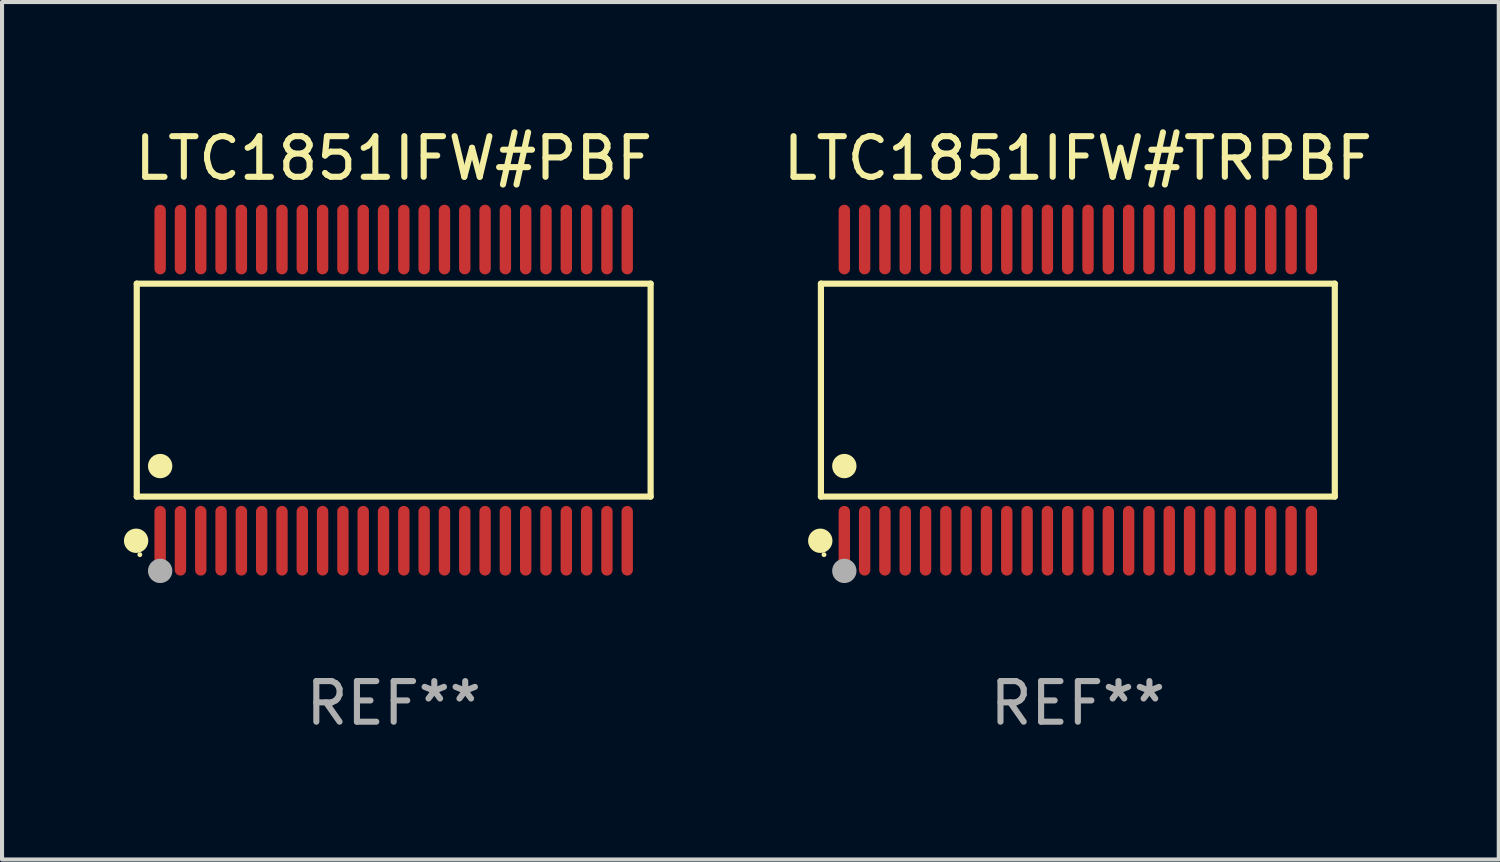
<source format=kicad_pcb>
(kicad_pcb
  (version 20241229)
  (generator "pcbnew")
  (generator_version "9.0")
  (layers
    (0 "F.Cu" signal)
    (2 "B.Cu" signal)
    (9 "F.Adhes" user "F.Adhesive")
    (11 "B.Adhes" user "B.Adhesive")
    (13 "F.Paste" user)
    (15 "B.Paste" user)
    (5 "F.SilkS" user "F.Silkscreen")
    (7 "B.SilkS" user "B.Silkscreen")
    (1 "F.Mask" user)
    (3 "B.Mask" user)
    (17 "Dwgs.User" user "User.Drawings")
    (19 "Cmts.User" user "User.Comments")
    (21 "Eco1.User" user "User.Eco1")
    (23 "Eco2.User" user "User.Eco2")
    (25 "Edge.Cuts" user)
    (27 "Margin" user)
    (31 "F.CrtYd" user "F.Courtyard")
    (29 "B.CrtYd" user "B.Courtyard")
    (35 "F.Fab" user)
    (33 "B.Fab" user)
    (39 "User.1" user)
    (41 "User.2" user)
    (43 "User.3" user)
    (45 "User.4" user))
  (footprint "LTC1851IFW#PBF"
    (layer "F.Cu")
    (at 6.643 6.556)
    (property "Reference" "LTC1851IFW#PBF" (at 0 -5.708 0) (layer "F.SilkS") (effects (font (size 1 1) (thickness 0.15))))
    (attr through_hole)
    (fp_line (start -6.326 -2.622) (end 6.326 -2.622) (stroke (width 0.152) (type solid)) (layer "F.SilkS"))
    (fp_line (start -6.326 2.621) (end -6.326 -2.622) (stroke (width 0.152) (type solid)) (layer "F.SilkS"))
    (fp_line (start 6.326 -2.622) (end 6.326 2.621) (stroke (width 0.152) (type solid)) (layer "F.SilkS"))
    (fp_line (start 6.326 2.621) (end -6.326 2.621) (stroke (width 0.152) (type solid)) (layer "F.SilkS"))
    (fp_circle (center -6.342 3.708) (end -6.192 3.708) (stroke (width 0.3) (type solid)) (fill no) (layer "F.SilkS"))
    (fp_circle (center -6.25 4.05) (end -6.22 4.05) (stroke (width 0.06) (type solid)) (fill no) (layer "F.SilkS"))
    (fp_circle (center -5.75 1.869) (end -5.6 1.869) (stroke (width 0.3) (type solid)) (fill no) (layer "F.SilkS"))
    (fp_circle (center -5.75 4.45) (end -5.6 4.45) (stroke (width 0.3) (type solid)) (fill no) (layer "F.Fab"))
    (fp_text user "REF**" (at 0 7.708 0) (layer "F.Fab") (effects (font (size 1 1) (thickness 0.15))))
    (pad "1" smd oval (at -5.75 3.708) (size 0.28 1.715) (layers "F.Cu" "F.Mask" "F.Paste"))
    (pad "2" smd oval (at -5.25 3.708) (size 0.28 1.715) (layers "F.Cu" "F.Mask" "F.Paste"))
    (pad "3" smd oval (at -4.75 3.708) (size 0.28 1.715) (layers "F.Cu" "F.Mask" "F.Paste"))
    (pad "4" smd oval (at -4.25 3.708) (size 0.28 1.715) (layers "F.Cu" "F.Mask" "F.Paste"))
    (pad "5" smd oval (at -3.75 3.708) (size 0.28 1.715) (layers "F.Cu" "F.Mask" "F.Paste"))
    (pad "6" smd oval (at -3.25 3.708) (size 0.28 1.715) (layers "F.Cu" "F.Mask" "F.Paste"))
    (pad "7" smd oval (at -2.75 3.708) (size 0.28 1.715) (layers "F.Cu" "F.Mask" "F.Paste"))
    (pad "8" smd oval (at -2.25 3.708) (size 0.28 1.715) (layers "F.Cu" "F.Mask" "F.Paste"))
    (pad "9" smd oval (at -1.75 3.708) (size 0.28 1.715) (layers "F.Cu" "F.Mask" "F.Paste"))
    (pad "10" smd oval (at -1.25 3.708) (size 0.28 1.715) (layers "F.Cu" "F.Mask" "F.Paste"))
    (pad "11" smd oval (at -0.75 3.708) (size 0.28 1.715) (layers "F.Cu" "F.Mask" "F.Paste"))
    (pad "12" smd oval (at -0.25 3.708) (size 0.28 1.715) (layers "F.Cu" "F.Mask" "F.Paste"))
    (pad "13" smd oval (at 0.25 3.708) (size 0.28 1.715) (layers "F.Cu" "F.Mask" "F.Paste"))
    (pad "14" smd oval (at 0.75 3.708) (size 0.28 1.715) (layers "F.Cu" "F.Mask" "F.Paste"))
    (pad "15" smd oval (at 1.25 3.708) (size 0.28 1.715) (layers "F.Cu" "F.Mask" "F.Paste"))
    (pad "16" smd oval (at 1.75 3.708) (size 0.28 1.715) (layers "F.Cu" "F.Mask" "F.Paste"))
    (pad "17" smd oval (at 2.25 3.708) (size 0.28 1.715) (layers "F.Cu" "F.Mask" "F.Paste"))
    (pad "18" smd oval (at 2.75 3.708) (size 0.28 1.715) (layers "F.Cu" "F.Mask" "F.Paste"))
    (pad "19" smd oval (at 3.25 3.708) (size 0.28 1.715) (layers "F.Cu" "F.Mask" "F.Paste"))
    (pad "20" smd oval (at 3.75 3.708) (size 0.28 1.715) (layers "F.Cu" "F.Mask" "F.Paste"))
    (pad "21" smd oval (at 4.25 3.708) (size 0.28 1.715) (layers "F.Cu" "F.Mask" "F.Paste"))
    (pad "22" smd oval (at 4.75 3.708) (size 0.28 1.715) (layers "F.Cu" "F.Mask" "F.Paste"))
    (pad "23" smd oval (at 5.25 3.708) (size 0.28 1.715) (layers "F.Cu" "F.Mask" "F.Paste"))
    (pad "24" smd oval (at 5.75 3.708) (size 0.28 1.715) (layers "F.Cu" "F.Mask" "F.Paste"))
    (pad "25" smd oval (at 5.75 -3.708) (size 0.28 1.715) (layers "F.Cu" "F.Mask" "F.Paste"))
    (pad "26" smd oval (at 5.25 -3.708) (size 0.28 1.715) (layers "F.Cu" "F.Mask" "F.Paste"))
    (pad "27" smd oval (at 4.75 -3.708) (size 0.28 1.715) (layers "F.Cu" "F.Mask" "F.Paste"))
    (pad "28" smd oval (at 4.25 -3.708) (size 0.28 1.715) (layers "F.Cu" "F.Mask" "F.Paste"))
    (pad "29" smd oval (at 3.75 -3.708) (size 0.28 1.715) (layers "F.Cu" "F.Mask" "F.Paste"))
    (pad "30" smd oval (at 3.25 -3.708) (size 0.28 1.715) (layers "F.Cu" "F.Mask" "F.Paste"))
    (pad "31" smd oval (at 2.75 -3.708) (size 0.28 1.715) (layers "F.Cu" "F.Mask" "F.Paste"))
    (pad "32" smd oval (at 2.25 -3.708) (size 0.28 1.715) (layers "F.Cu" "F.Mask" "F.Paste"))
    (pad "33" smd oval (at 1.75 -3.708) (size 0.28 1.715) (layers "F.Cu" "F.Mask" "F.Paste"))
    (pad "34" smd oval (at 1.25 -3.708) (size 0.28 1.715) (layers "F.Cu" "F.Mask" "F.Paste"))
    (pad "35" smd oval (at 0.75 -3.708) (size 0.28 1.715) (layers "F.Cu" "F.Mask" "F.Paste"))
    (pad "36" smd oval (at 0.25 -3.708) (size 0.28 1.715) (layers "F.Cu" "F.Mask" "F.Paste"))
    (pad "37" smd oval (at -0.25 -3.708) (size 0.28 1.715) (layers "F.Cu" "F.Mask" "F.Paste"))
    (pad "38" smd oval (at -0.75 -3.708) (size 0.28 1.715) (layers "F.Cu" "F.Mask" "F.Paste"))
    (pad "39" smd oval (at -1.25 -3.708) (size 0.28 1.715) (layers "F.Cu" "F.Mask" "F.Paste"))
    (pad "40" smd oval (at -1.75 -3.708) (size 0.28 1.715) (layers "F.Cu" "F.Mask" "F.Paste"))
    (pad "41" smd oval (at -2.25 -3.708) (size 0.28 1.715) (layers "F.Cu" "F.Mask" "F.Paste"))
    (pad "42" smd oval (at -2.75 -3.708) (size 0.28 1.715) (layers "F.Cu" "F.Mask" "F.Paste"))
    (pad "43" smd oval (at -3.25 -3.708) (size 0.28 1.715) (layers "F.Cu" "F.Mask" "F.Paste"))
    (pad "44" smd oval (at -3.75 -3.708) (size 0.28 1.715) (layers "F.Cu" "F.Mask" "F.Paste"))
    (pad "45" smd oval (at -4.25 -3.708) (size 0.28 1.715) (layers "F.Cu" "F.Mask" "F.Paste"))
    (pad "46" smd oval (at -4.75 -3.708) (size 0.28 1.715) (layers "F.Cu" "F.Mask" "F.Paste"))
    (pad "47" smd oval (at -5.25 -3.708) (size 0.28 1.715) (layers "F.Cu" "F.Mask" "F.Paste"))
    (pad "48" smd oval (at -5.75 -3.708) (size 0.28 1.715) (layers "F.Cu" "F.Mask" "F.Paste")))
  (footprint "LTC1851IFW#TRPBF"
    (layer "F.Cu")
    (at 23.488 6.556)
    (property "Reference" "LTC1851IFW#TRPBF" (at 0 -5.708 0) (layer "F.SilkS") (effects (font (size 1 1) (thickness 0.15))))
    (attr through_hole)
    (fp_line (start -6.326 -2.622) (end 6.326 -2.622) (stroke (width 0.152) (type solid)) (layer "F.SilkS"))
    (fp_line (start -6.326 2.621) (end -6.326 -2.622) (stroke (width 0.152) (type solid)) (layer "F.SilkS"))
    (fp_line (start 6.326 -2.622) (end 6.326 2.621) (stroke (width 0.152) (type solid)) (layer "F.SilkS"))
    (fp_line (start 6.326 2.621) (end -6.326 2.621) (stroke (width 0.152) (type solid)) (layer "F.SilkS"))
    (fp_circle (center -6.342 3.708) (end -6.192 3.708) (stroke (width 0.3) (type solid)) (fill no) (layer "F.SilkS"))
    (fp_circle (center -6.25 4.05) (end -6.22 4.05) (stroke (width 0.06) (type solid)) (fill no) (layer "F.SilkS"))
    (fp_circle (center -5.75 1.869) (end -5.6 1.869) (stroke (width 0.3) (type solid)) (fill no) (layer "F.SilkS"))
    (fp_circle (center -5.75 4.45) (end -5.6 4.45) (stroke (width 0.3) (type solid)) (fill no) (layer "F.Fab"))
    (fp_text user "REF**" (at 0 7.708 0) (layer "F.Fab") (effects (font (size 1 1) (thickness 0.15))))
    (pad "1" smd oval (at -5.75 3.708) (size 0.28 1.715) (layers "F.Cu" "F.Mask" "F.Paste"))
    (pad "2" smd oval (at -5.25 3.708) (size 0.28 1.715) (layers "F.Cu" "F.Mask" "F.Paste"))
    (pad "3" smd oval (at -4.75 3.708) (size 0.28 1.715) (layers "F.Cu" "F.Mask" "F.Paste"))
    (pad "4" smd oval (at -4.25 3.708) (size 0.28 1.715) (layers "F.Cu" "F.Mask" "F.Paste"))
    (pad "5" smd oval (at -3.75 3.708) (size 0.28 1.715) (layers "F.Cu" "F.Mask" "F.Paste"))
    (pad "6" smd oval (at -3.25 3.708) (size 0.28 1.715) (layers "F.Cu" "F.Mask" "F.Paste"))
    (pad "7" smd oval (at -2.75 3.708) (size 0.28 1.715) (layers "F.Cu" "F.Mask" "F.Paste"))
    (pad "8" smd oval (at -2.25 3.708) (size 0.28 1.715) (layers "F.Cu" "F.Mask" "F.Paste"))
    (pad "9" smd oval (at -1.75 3.708) (size 0.28 1.715) (layers "F.Cu" "F.Mask" "F.Paste"))
    (pad "10" smd oval (at -1.25 3.708) (size 0.28 1.715) (layers "F.Cu" "F.Mask" "F.Paste"))
    (pad "11" smd oval (at -0.75 3.708) (size 0.28 1.715) (layers "F.Cu" "F.Mask" "F.Paste"))
    (pad "12" smd oval (at -0.25 3.708) (size 0.28 1.715) (layers "F.Cu" "F.Mask" "F.Paste"))
    (pad "13" smd oval (at 0.25 3.708) (size 0.28 1.715) (layers "F.Cu" "F.Mask" "F.Paste"))
    (pad "14" smd oval (at 0.75 3.708) (size 0.28 1.715) (layers "F.Cu" "F.Mask" "F.Paste"))
    (pad "15" smd oval (at 1.25 3.708) (size 0.28 1.715) (layers "F.Cu" "F.Mask" "F.Paste"))
    (pad "16" smd oval (at 1.75 3.708) (size 0.28 1.715) (layers "F.Cu" "F.Mask" "F.Paste"))
    (pad "17" smd oval (at 2.25 3.708) (size 0.28 1.715) (layers "F.Cu" "F.Mask" "F.Paste"))
    (pad "18" smd oval (at 2.75 3.708) (size 0.28 1.715) (layers "F.Cu" "F.Mask" "F.Paste"))
    (pad "19" smd oval (at 3.25 3.708) (size 0.28 1.715) (layers "F.Cu" "F.Mask" "F.Paste"))
    (pad "20" smd oval (at 3.75 3.708) (size 0.28 1.715) (layers "F.Cu" "F.Mask" "F.Paste"))
    (pad "21" smd oval (at 4.25 3.708) (size 0.28 1.715) (layers "F.Cu" "F.Mask" "F.Paste"))
    (pad "22" smd oval (at 4.75 3.708) (size 0.28 1.715) (layers "F.Cu" "F.Mask" "F.Paste"))
    (pad "23" smd oval (at 5.25 3.708) (size 0.28 1.715) (layers "F.Cu" "F.Mask" "F.Paste"))
    (pad "24" smd oval (at 5.75 3.708) (size 0.28 1.715) (layers "F.Cu" "F.Mask" "F.Paste"))
    (pad "25" smd oval (at 5.75 -3.708) (size 0.28 1.715) (layers "F.Cu" "F.Mask" "F.Paste"))
    (pad "26" smd oval (at 5.25 -3.708) (size 0.28 1.715) (layers "F.Cu" "F.Mask" "F.Paste"))
    (pad "27" smd oval (at 4.75 -3.708) (size 0.28 1.715) (layers "F.Cu" "F.Mask" "F.Paste"))
    (pad "28" smd oval (at 4.25 -3.708) (size 0.28 1.715) (layers "F.Cu" "F.Mask" "F.Paste"))
    (pad "29" smd oval (at 3.75 -3.708) (size 0.28 1.715) (layers "F.Cu" "F.Mask" "F.Paste"))
    (pad "30" smd oval (at 3.25 -3.708) (size 0.28 1.715) (layers "F.Cu" "F.Mask" "F.Paste"))
    (pad "31" smd oval (at 2.75 -3.708) (size 0.28 1.715) (layers "F.Cu" "F.Mask" "F.Paste"))
    (pad "32" smd oval (at 2.25 -3.708) (size 0.28 1.715) (layers "F.Cu" "F.Mask" "F.Paste"))
    (pad "33" smd oval (at 1.75 -3.708) (size 0.28 1.715) (layers "F.Cu" "F.Mask" "F.Paste"))
    (pad "34" smd oval (at 1.25 -3.708) (size 0.28 1.715) (layers "F.Cu" "F.Mask" "F.Paste"))
    (pad "35" smd oval (at 0.75 -3.708) (size 0.28 1.715) (layers "F.Cu" "F.Mask" "F.Paste"))
    (pad "36" smd oval (at 0.25 -3.708) (size 0.28 1.715) (layers "F.Cu" "F.Mask" "F.Paste"))
    (pad "37" smd oval (at -0.25 -3.708) (size 0.28 1.715) (layers "F.Cu" "F.Mask" "F.Paste"))
    (pad "38" smd oval (at -0.75 -3.708) (size 0.28 1.715) (layers "F.Cu" "F.Mask" "F.Paste"))
    (pad "39" smd oval (at -1.25 -3.708) (size 0.28 1.715) (layers "F.Cu" "F.Mask" "F.Paste"))
    (pad "40" smd oval (at -1.75 -3.708) (size 0.28 1.715) (layers "F.Cu" "F.Mask" "F.Paste"))
    (pad "41" smd oval (at -2.25 -3.708) (size 0.28 1.715) (layers "F.Cu" "F.Mask" "F.Paste"))
    (pad "42" smd oval (at -2.75 -3.708) (size 0.28 1.715) (layers "F.Cu" "F.Mask" "F.Paste"))
    (pad "43" smd oval (at -3.25 -3.708) (size 0.28 1.715) (layers "F.Cu" "F.Mask" "F.Paste"))
    (pad "44" smd oval (at -3.75 -3.708) (size 0.28 1.715) (layers "F.Cu" "F.Mask" "F.Paste"))
    (pad "45" smd oval (at -4.25 -3.708) (size 0.28 1.715) (layers "F.Cu" "F.Mask" "F.Paste"))
    (pad "46" smd oval (at -4.75 -3.708) (size 0.28 1.715) (layers "F.Cu" "F.Mask" "F.Paste"))
    (pad "47" smd oval (at -5.25 -3.708) (size 0.28 1.715) (layers "F.Cu" "F.Mask" "F.Paste"))
    (pad "48" smd oval (at -5.75 -3.708) (size 0.28 1.715) (layers "F.Cu" "F.Mask" "F.Paste")))
  (gr_rect
    (start -3 -3)
    (end 33.851 18.112)
    (stroke (width 0.1) (type default))
    (fill no)
    (layer "Edge.Cuts")))
</source>
